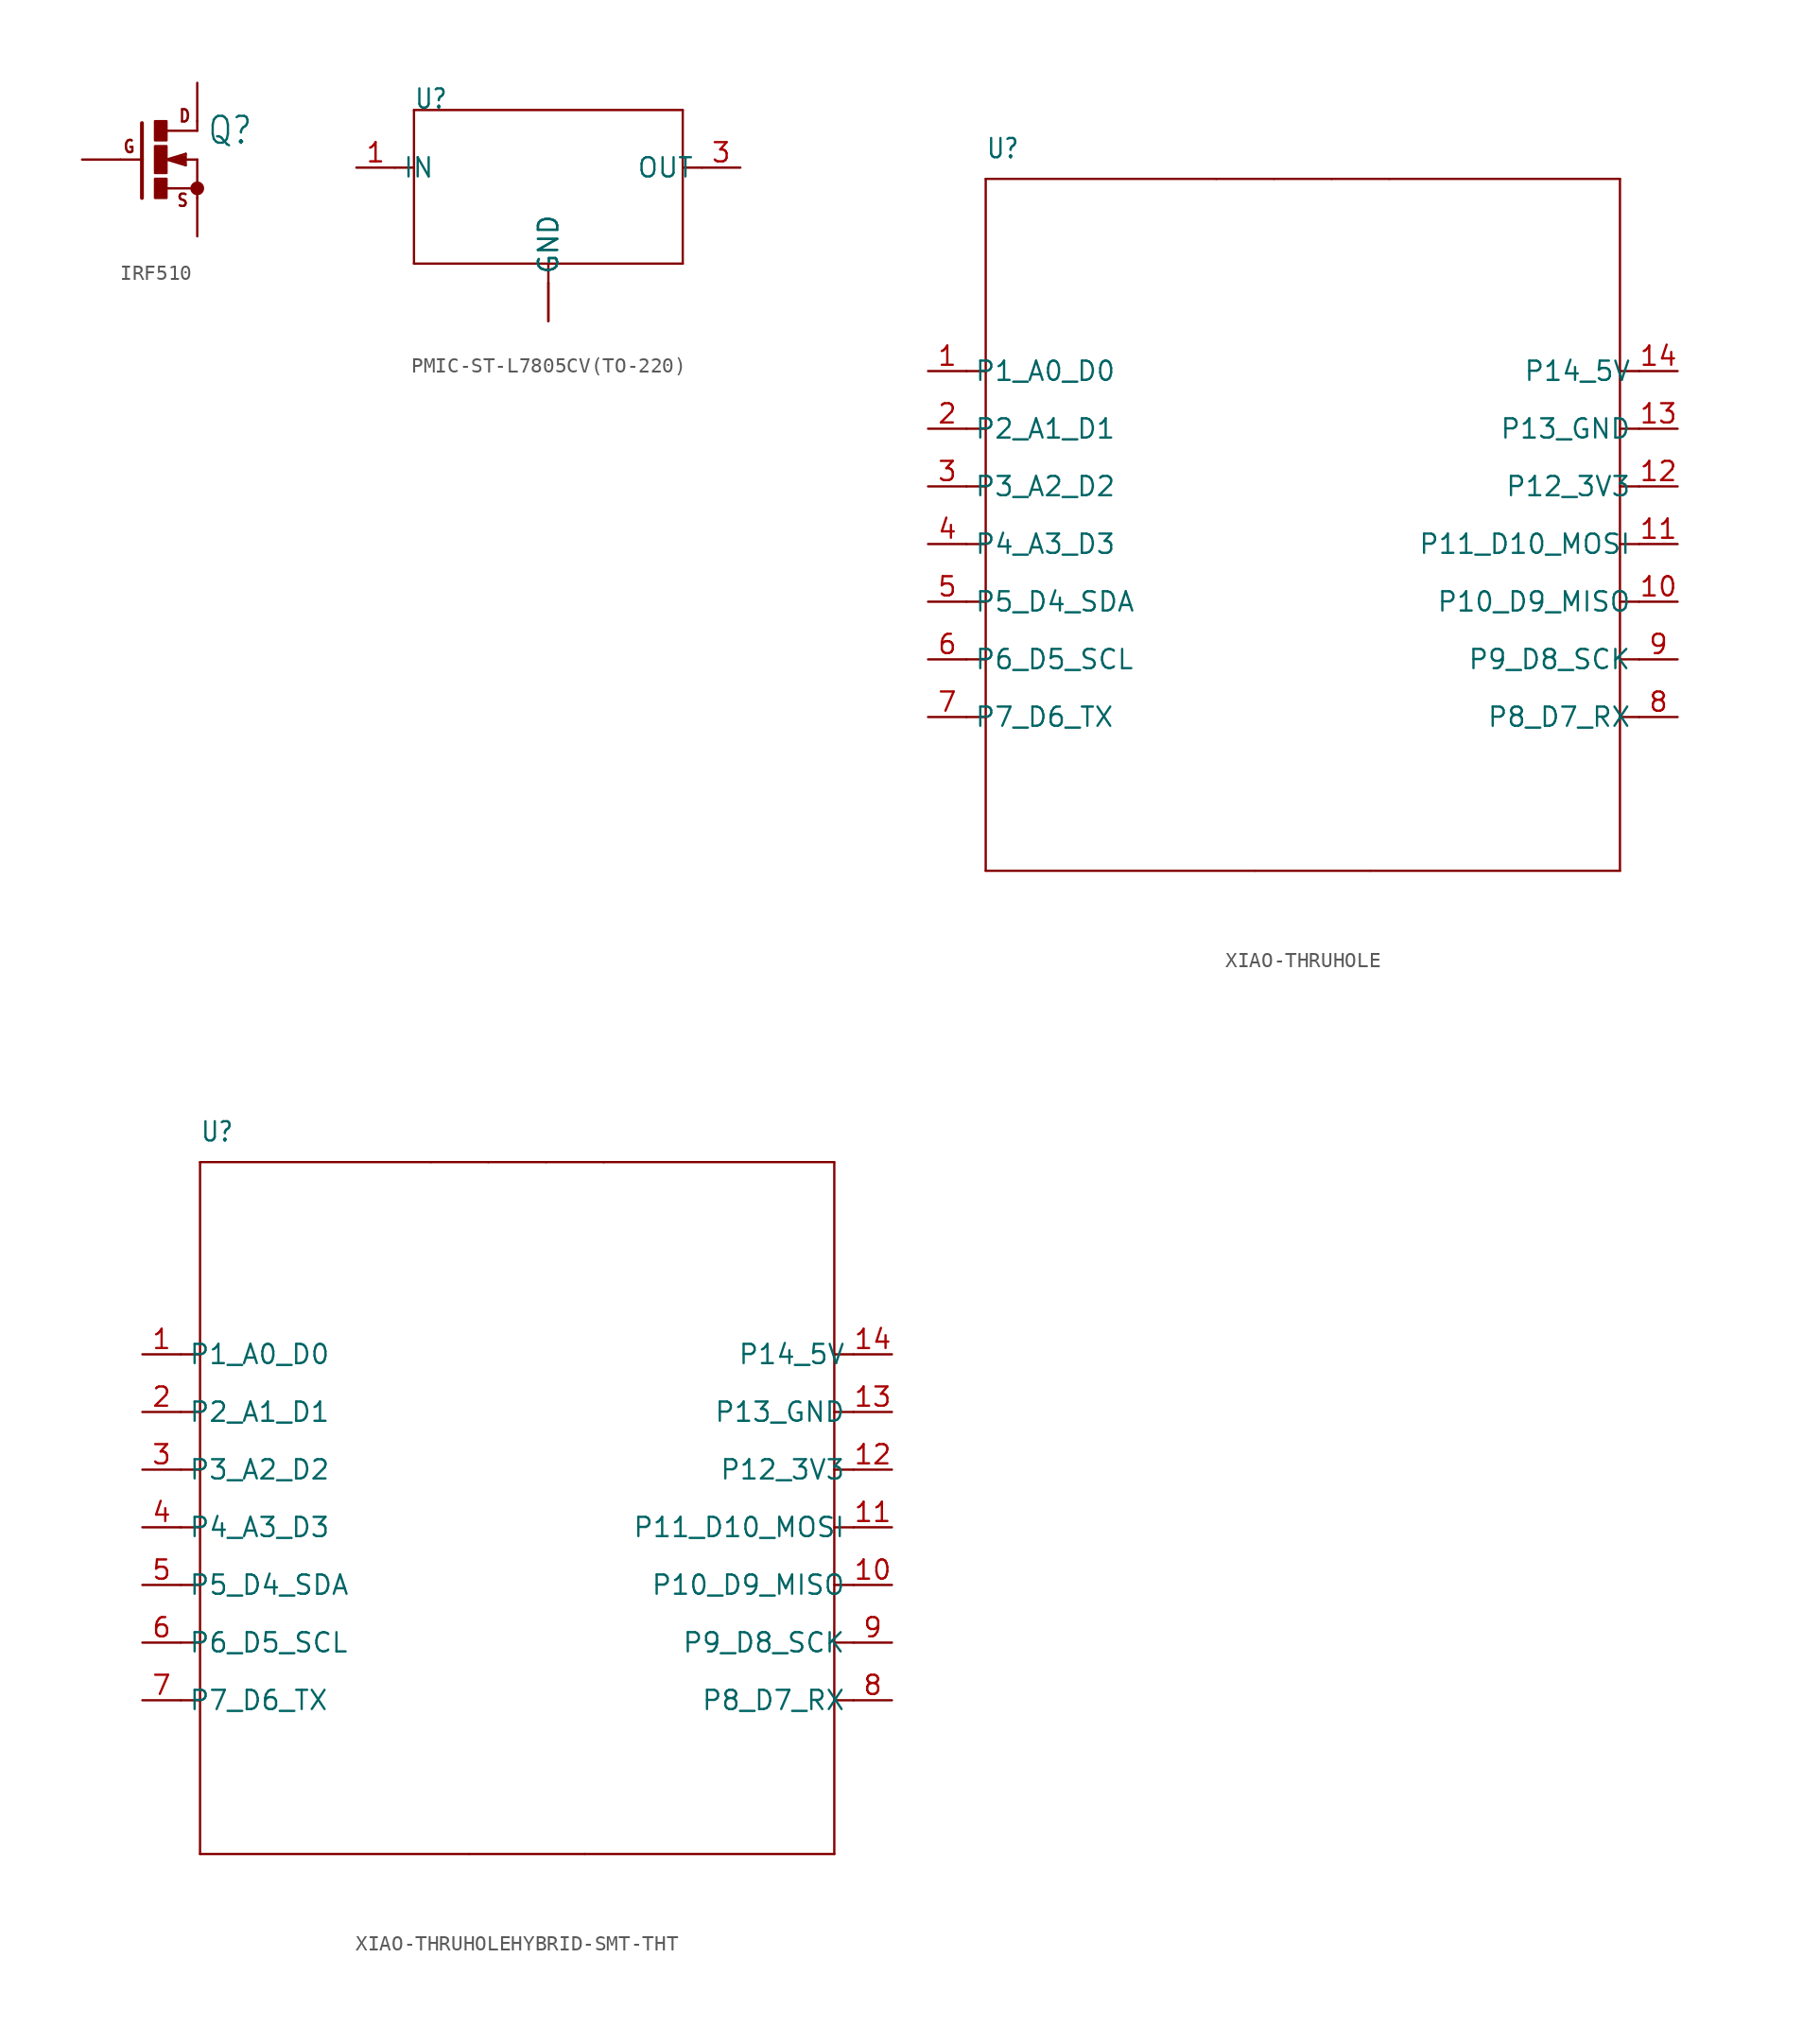
<source format=kicad_sym>
(kicad_symbol_lib
  (version 20220914)
  (generator kicad_symbol_editor)
  (symbol "IRF510"
    (property "Reference" "Q"
      (at 3.175 0.889 0)
      (effects (font (size 1.778 1.511)) (justify left bottom)))
    (property "Value" ""
      (at 3.429 -1.778 0)
      (effects (font (size 1.778 1.511)) (justify left bottom)))
    (property "ki_locked" ""
      (at 0 0 0)
      (effects (font (size 1.27 1.27))))
    (symbol "IRF510_1_0"
      (rectangle (start -0.254 -2.54) (end 0.508 -1.27) (stroke (width 0) (type default)) (fill (type outline)))
      (rectangle (start -0.254 -0.889) (end 0.508 0.889) (stroke (width 0) (type default)) (fill (type outline)))
      (rectangle (start -0.254 1.27) (end 0.508 2.54) (stroke (width 0) (type default)) (fill (type outline)))
      (polyline (pts (xy -1.118 0) (xy -2.54 0)) (stroke (width 0.152) (type solid)) (fill (type none)))
      (polyline (pts (xy -1.118 0) (xy -1.118 -2.54)) (stroke (width 0.254) (type solid)) (fill (type none)))
      (polyline (pts (xy -1.118 2.413) (xy -1.118 0)) (stroke (width 0.254) (type solid)) (fill (type none)))
      (polyline (pts (xy 0.508 -1.905) (xy 2.54 -1.905)) (stroke (width 0.152) (type solid)) (fill (type none)))
      (polyline (pts (xy 0.508 0) (xy 1.143 0)) (stroke (width 0.152) (type solid)) (fill (type none)))
      (polyline (pts (xy 0.508 0) (xy 1.778 0.381)) (stroke (width 0.152) (type solid)) (fill (type none)))
      (polyline (pts (xy 1.143 0) (xy 1.651 -0.127)) (stroke (width 0.305) (type solid)) (fill (type none)))
      (polyline (pts (xy 1.143 0) (xy 2.54 0)) (stroke (width 0.152) (type solid)) (fill (type none)))
      (polyline (pts (xy 1.651 0.127) (xy 1.143 0)) (stroke (width 0.305) (type solid)) (fill (type none)))
      (polyline (pts (xy 1.778 -0.381) (xy 0.508 0)) (stroke (width 0.152) (type solid)) (fill (type none)))
      (polyline (pts (xy 1.778 0.381) (xy 1.778 -0.381)) (stroke (width 0.152) (type solid)) (fill (type none)))
      (polyline (pts (xy 2.54 -1.905) (xy 2.54 -2.54)) (stroke (width 0.152) (type solid)) (fill (type none)))
      (polyline (pts (xy 2.54 0) (xy 2.54 -1.905)) (stroke (width 0.152) (type solid)) (fill (type none)))
      (polyline (pts (xy 2.54 1.905) (xy 0.533 1.905)) (stroke (width 0.152) (type solid)) (fill (type none)))
      (polyline (pts (xy 2.54 2.54) (xy 2.54 1.905)) (stroke (width 0.152) (type solid)) (fill (type none)))
      (circle (center 2.54 -1.905) (radius 0.254) (stroke (width 0.406) (type solid)) (fill (type none)))
      (text "D" (at 1.27 2.413 0) (effects (font (size 0.813 0.691)) (justify left bottom)))
      (text "G" (at -2.413 0.381 0) (effects (font (size 0.813 0.691)) (justify left bottom)))
      (text "S" (at 1.143 -3.175 0) (effects (font (size 0.813 0.691)) (justify left bottom)))
      (pin passive line (at 2.54 -5.08 90) (length 2.54) (name "S" (effects (font (size 0 0)))) (number "1" (effects (font (size 0 0)))))
      (pin passive line (at 2.54 5.08 270) (length 2.54) (name "D" (effects (font (size 0 0)))) (number "2" (effects (font (size 0 0)))))
      (pin passive line (at -5.08 0 0) (length 2.54) (name "G" (effects (font (size 0 0)))) (number "3" (effects (font (size 0 0)))))))
  (symbol "PMIC-ST-L7805CV(TO-220)"
    (property "Reference" "U"
      (at -8.89 6.35 0)
      (effects (font (size 1.27 1.079)) (justify left bottom)))
    (property "Value" ""
      (at 2.54 6.35 0)
      (effects (font (size 1.27 1.079)) (justify left bottom)))
    (property "ki_locked" ""
      (at 0 0 0)
      (effects (font (size 1.27 1.27))))
    (symbol "PMIC-ST-L7805CV(TO-220)_1_0"
      (polyline (pts (xy -10.16 2.54) (xy -8.89 2.54)) (stroke (width 0.152) (type solid)) (fill (type none)))
      (polyline (pts (xy -8.89 -3.81) (xy -8.89 2.54)) (stroke (width 0.152) (type solid)) (fill (type none)))
      (polyline (pts (xy -8.89 2.54) (xy -8.89 6.35)) (stroke (width 0.152) (type solid)) (fill (type none)))
      (polyline (pts (xy -8.89 6.35) (xy 8.89 6.35)) (stroke (width 0.152) (type solid)) (fill (type none)))
      (polyline (pts (xy 0 -5.08) (xy 0 -3.81)) (stroke (width 0.152) (type solid)) (fill (type none)))
      (polyline (pts (xy 0 -3.81) (xy -8.89 -3.81)) (stroke (width 0.152) (type solid)) (fill (type none)))
      (polyline (pts (xy 8.89 -3.81) (xy 0 -3.81)) (stroke (width 0.152) (type solid)) (fill (type none)))
      (polyline (pts (xy 8.89 2.54) (xy 8.89 -3.81)) (stroke (width 0.152) (type solid)) (fill (type none)))
      (polyline (pts (xy 8.89 6.35) (xy 8.89 2.54)) (stroke (width 0.152) (type solid)) (fill (type none)))
      (polyline (pts (xy 10.16 2.54) (xy 8.89 2.54)) (stroke (width 0.152) (type solid)) (fill (type none)))
      (pin bidirectional line (at -12.7 2.54 0) (length 2.54) (name "IN" (effects (font (size 1.27 1.27)))) (number "1" (effects (font (size 1.27 1.27)))))
      (pin bidirectional line (at 0 -7.62 90) (length 2.54) (name "GND" (effects (font (size 1.27 1.27)))) (number "2" (effects (font (size 0 0)))))
      (pin bidirectional line (at 12.7 2.54 180) (length 2.54) (name "OUT" (effects (font (size 1.27 1.27)))) (number "3" (effects (font (size 1.27 1.27)))))
      (pin bidirectional line (at 0 -7.62 90) (length 2.54) (name "GND" (effects (font (size 1.27 1.27)))) (number "HEAT" (effects (font (size 0 0)))))))
  (symbol "XIAO-THRUHOLE"
    (property "Reference" "U"
      (at -20.32 24.13 0)
      (effects (font (size 1.27 1.079)) (justify left bottom)))
    (property "Value" ""
      (at -20.32 22.86 0)
      (effects (font (size 1.27 1.079)) (justify left bottom)))
    (property "ki_locked" ""
      (at 0 0 0)
      (effects (font (size 1.27 1.27))))
    (symbol "XIAO-THRUHOLE_1_0"
      (polyline (pts (xy -20.32 -22.86) (xy -2.54 -22.86)) (stroke (width 0.152) (type solid)) (fill (type none)))
      (polyline (pts (xy -20.32 -12.7) (xy -21.59 -12.7)) (stroke (width 0.152) (type solid)) (fill (type none)))
      (polyline (pts (xy -20.32 -12.7) (xy -20.32 -22.86)) (stroke (width 0.152) (type solid)) (fill (type none)))
      (polyline (pts (xy -20.32 -8.89) (xy -21.59 -8.89)) (stroke (width 0.152) (type solid)) (fill (type none)))
      (polyline (pts (xy -20.32 -5.08) (xy -21.59 -5.08)) (stroke (width 0.152) (type solid)) (fill (type none)))
      (polyline (pts (xy -20.32 -1.27) (xy -21.59 -1.27)) (stroke (width 0.152) (type solid)) (fill (type none)))
      (polyline (pts (xy -20.32 2.54) (xy -21.59 2.54)) (stroke (width 0.152) (type solid)) (fill (type none)))
      (polyline (pts (xy -20.32 2.54) (xy -20.32 -12.7)) (stroke (width 0.152) (type solid)) (fill (type none)))
      (polyline (pts (xy -20.32 6.35) (xy -21.59 6.35)) (stroke (width 0.152) (type solid)) (fill (type none)))
      (polyline (pts (xy -20.32 6.35) (xy -20.32 2.54)) (stroke (width 0.152) (type solid)) (fill (type none)))
      (polyline (pts (xy -20.32 10.16) (xy -21.59 10.16)) (stroke (width 0.152) (type solid)) (fill (type none)))
      (polyline (pts (xy -20.32 10.16) (xy -20.32 6.35)) (stroke (width 0.152) (type solid)) (fill (type none)))
      (polyline (pts (xy -20.32 22.86) (xy -20.32 10.16)) (stroke (width 0.152) (type solid)) (fill (type none)))
      (polyline (pts (xy -5.08 22.86) (xy -20.32 22.86)) (stroke (width 0.152) (type solid)) (fill (type none)))
      (polyline (pts (xy -2.54 -22.86) (xy 5.08 -22.86)) (stroke (width 0.152) (type solid)) (fill (type none)))
      (polyline (pts (xy -1.27 22.86) (xy -5.08 22.86)) (stroke (width 0.152) (type solid)) (fill (type none)))
      (polyline (pts (xy 2.54 22.86) (xy -1.27 22.86)) (stroke (width 0.152) (type solid)) (fill (type none)))
      (polyline (pts (xy 5.08 -22.86) (xy 21.59 -22.86)) (stroke (width 0.152) (type solid)) (fill (type none)))
      (polyline (pts (xy 6.35 22.86) (xy 2.54 22.86)) (stroke (width 0.152) (type solid)) (fill (type none)))
      (polyline (pts (xy 21.59 -22.86) (xy 21.59 22.86)) (stroke (width 0.152) (type solid)) (fill (type none)))
      (polyline (pts (xy 21.59 22.86) (xy 6.35 22.86)) (stroke (width 0.152) (type solid)) (fill (type none)))
      (polyline (pts (xy 22.86 -12.7) (xy 21.59 -12.7)) (stroke (width 0.152) (type solid)) (fill (type none)))
      (polyline (pts (xy 22.86 -8.89) (xy 21.59 -8.89)) (stroke (width 0.152) (type solid)) (fill (type none)))
      (polyline (pts (xy 22.86 -5.08) (xy 21.59 -5.08)) (stroke (width 0.152) (type solid)) (fill (type none)))
      (polyline (pts (xy 22.86 -1.27) (xy 21.59 -1.27)) (stroke (width 0.152) (type solid)) (fill (type none)))
      (polyline (pts (xy 22.86 2.54) (xy 21.59 2.54)) (stroke (width 0.152) (type solid)) (fill (type none)))
      (polyline (pts (xy 22.86 6.35) (xy 21.59 6.35)) (stroke (width 0.152) (type solid)) (fill (type none)))
      (polyline (pts (xy 22.86 10.16) (xy 21.59 10.16)) (stroke (width 0.152) (type solid)) (fill (type none)))
      (pin bidirectional line (at -24.13 10.16 0) (length 2.54) (name "P1_A0_D0" (effects (font (size 1.27 1.27)))) (number "1" (effects (font (size 1.27 1.27)))))
      (pin bidirectional line (at 25.4 -5.08 180) (length 2.54) (name "P10_D9_MISO" (effects (font (size 1.27 1.27)))) (number "10" (effects (font (size 1.27 1.27)))))
      (pin bidirectional line (at 25.4 -1.27 180) (length 2.54) (name "P11_D10_MOSI" (effects (font (size 1.27 1.27)))) (number "11" (effects (font (size 1.27 1.27)))))
      (pin bidirectional line (at 25.4 2.54 180) (length 2.54) (name "P12_3V3" (effects (font (size 1.27 1.27)))) (number "12" (effects (font (size 1.27 1.27)))))
      (pin bidirectional line (at 25.4 6.35 180) (length 2.54) (name "P13_GND" (effects (font (size 1.27 1.27)))) (number "13" (effects (font (size 1.27 1.27)))))
      (pin bidirectional line (at 25.4 10.16 180) (length 2.54) (name "P14_5V" (effects (font (size 1.27 1.27)))) (number "14" (effects (font (size 1.27 1.27)))))
      (pin bidirectional line (at -24.13 6.35 0) (length 2.54) (name "P2_A1_D1" (effects (font (size 1.27 1.27)))) (number "2" (effects (font (size 1.27 1.27)))))
      (pin bidirectional line (at -24.13 2.54 0) (length 2.54) (name "P3_A2_D2" (effects (font (size 1.27 1.27)))) (number "3" (effects (font (size 1.27 1.27)))))
      (pin bidirectional line (at -24.13 -1.27 0) (length 2.54) (name "P4_A3_D3" (effects (font (size 1.27 1.27)))) (number "4" (effects (font (size 1.27 1.27)))))
      (pin bidirectional line (at -24.13 -5.08 0) (length 2.54) (name "P5_D4_SDA" (effects (font (size 1.27 1.27)))) (number "5" (effects (font (size 1.27 1.27)))))
      (pin bidirectional line (at -24.13 -8.89 0) (length 2.54) (name "P6_D5_SCL" (effects (font (size 1.27 1.27)))) (number "6" (effects (font (size 1.27 1.27)))))
      (pin bidirectional line (at -24.13 -12.7 0) (length 2.54) (name "P7_D6_TX" (effects (font (size 1.27 1.27)))) (number "7" (effects (font (size 1.27 1.27)))))
      (pin bidirectional line (at 25.4 -12.7 180) (length 2.54) (name "P8_D7_RX" (effects (font (size 1.27 1.27)))) (number "8" (effects (font (size 1.27 1.27)))))
      (pin bidirectional line (at 25.4 -8.89 180) (length 2.54) (name "P9_D8_SCK" (effects (font (size 1.27 1.27)))) (number "9" (effects (font (size 1.27 1.27)))))))
  (symbol "XIAO-THRUHOLEHYBRID-SMT-THT"
    (property "Reference" "U"
      (at -20.32 24.13 0)
      (effects (font (size 1.27 1.079)) (justify left bottom)))
    (property "Value" ""
      (at -20.32 22.86 0)
      (effects (font (size 1.27 1.079)) (justify left bottom)))
    (property "ki_locked" ""
      (at 0 0 0)
      (effects (font (size 1.27 1.27))))
    (symbol "XIAO-THRUHOLEHYBRID-SMT-THT_1_0"
      (polyline (pts (xy -20.32 -22.86) (xy -2.54 -22.86)) (stroke (width 0.152) (type solid)) (fill (type none)))
      (polyline (pts (xy -20.32 -12.7) (xy -21.59 -12.7)) (stroke (width 0.152) (type solid)) (fill (type none)))
      (polyline (pts (xy -20.32 -12.7) (xy -20.32 -22.86)) (stroke (width 0.152) (type solid)) (fill (type none)))
      (polyline (pts (xy -20.32 -8.89) (xy -21.59 -8.89)) (stroke (width 0.152) (type solid)) (fill (type none)))
      (polyline (pts (xy -20.32 -5.08) (xy -21.59 -5.08)) (stroke (width 0.152) (type solid)) (fill (type none)))
      (polyline (pts (xy -20.32 -1.27) (xy -21.59 -1.27)) (stroke (width 0.152) (type solid)) (fill (type none)))
      (polyline (pts (xy -20.32 2.54) (xy -21.59 2.54)) (stroke (width 0.152) (type solid)) (fill (type none)))
      (polyline (pts (xy -20.32 2.54) (xy -20.32 -12.7)) (stroke (width 0.152) (type solid)) (fill (type none)))
      (polyline (pts (xy -20.32 6.35) (xy -21.59 6.35)) (stroke (width 0.152) (type solid)) (fill (type none)))
      (polyline (pts (xy -20.32 6.35) (xy -20.32 2.54)) (stroke (width 0.152) (type solid)) (fill (type none)))
      (polyline (pts (xy -20.32 10.16) (xy -21.59 10.16)) (stroke (width 0.152) (type solid)) (fill (type none)))
      (polyline (pts (xy -20.32 10.16) (xy -20.32 6.35)) (stroke (width 0.152) (type solid)) (fill (type none)))
      (polyline (pts (xy -20.32 22.86) (xy -20.32 10.16)) (stroke (width 0.152) (type solid)) (fill (type none)))
      (polyline (pts (xy -5.08 22.86) (xy -20.32 22.86)) (stroke (width 0.152) (type solid)) (fill (type none)))
      (polyline (pts (xy -2.54 -22.86) (xy 5.08 -22.86)) (stroke (width 0.152) (type solid)) (fill (type none)))
      (polyline (pts (xy -1.27 22.86) (xy -5.08 22.86)) (stroke (width 0.152) (type solid)) (fill (type none)))
      (polyline (pts (xy 2.54 22.86) (xy -1.27 22.86)) (stroke (width 0.152) (type solid)) (fill (type none)))
      (polyline (pts (xy 5.08 -22.86) (xy 21.59 -22.86)) (stroke (width 0.152) (type solid)) (fill (type none)))
      (polyline (pts (xy 6.35 22.86) (xy 2.54 22.86)) (stroke (width 0.152) (type solid)) (fill (type none)))
      (polyline (pts (xy 21.59 -22.86) (xy 21.59 22.86)) (stroke (width 0.152) (type solid)) (fill (type none)))
      (polyline (pts (xy 21.59 22.86) (xy 6.35 22.86)) (stroke (width 0.152) (type solid)) (fill (type none)))
      (polyline (pts (xy 22.86 -12.7) (xy 21.59 -12.7)) (stroke (width 0.152) (type solid)) (fill (type none)))
      (polyline (pts (xy 22.86 -8.89) (xy 21.59 -8.89)) (stroke (width 0.152) (type solid)) (fill (type none)))
      (polyline (pts (xy 22.86 -5.08) (xy 21.59 -5.08)) (stroke (width 0.152) (type solid)) (fill (type none)))
      (polyline (pts (xy 22.86 -1.27) (xy 21.59 -1.27)) (stroke (width 0.152) (type solid)) (fill (type none)))
      (polyline (pts (xy 22.86 2.54) (xy 21.59 2.54)) (stroke (width 0.152) (type solid)) (fill (type none)))
      (polyline (pts (xy 22.86 6.35) (xy 21.59 6.35)) (stroke (width 0.152) (type solid)) (fill (type none)))
      (polyline (pts (xy 22.86 10.16) (xy 21.59 10.16)) (stroke (width 0.152) (type solid)) (fill (type none)))
      (pin bidirectional line (at -24.13 10.16 0) (length 2.54) (name "P1_A0_D0" (effects (font (size 1.27 1.27)))) (number "1" (effects (font (size 1.27 1.27)))))
      (pin bidirectional line (at 25.4 -5.08 180) (length 2.54) (name "P10_D9_MISO" (effects (font (size 1.27 1.27)))) (number "10" (effects (font (size 1.27 1.27)))))
      (pin bidirectional line (at 25.4 -1.27 180) (length 2.54) (name "P11_D10_MOSI" (effects (font (size 1.27 1.27)))) (number "11" (effects (font (size 1.27 1.27)))))
      (pin bidirectional line (at 25.4 2.54 180) (length 2.54) (name "P12_3V3" (effects (font (size 1.27 1.27)))) (number "12" (effects (font (size 1.27 1.27)))))
      (pin bidirectional line (at 25.4 6.35 180) (length 2.54) (name "P13_GND" (effects (font (size 1.27 1.27)))) (number "13" (effects (font (size 1.27 1.27)))))
      (pin bidirectional line (at 25.4 10.16 180) (length 2.54) (name "P14_5V" (effects (font (size 1.27 1.27)))) (number "14" (effects (font (size 1.27 1.27)))))
      (pin bidirectional line (at -24.13 6.35 0) (length 2.54) (name "P2_A1_D1" (effects (font (size 1.27 1.27)))) (number "2" (effects (font (size 1.27 1.27)))))
      (pin bidirectional line (at -24.13 2.54 0) (length 2.54) (name "P3_A2_D2" (effects (font (size 1.27 1.27)))) (number "3" (effects (font (size 1.27 1.27)))))
      (pin bidirectional line (at -24.13 -1.27 0) (length 2.54) (name "P4_A3_D3" (effects (font (size 1.27 1.27)))) (number "4" (effects (font (size 1.27 1.27)))))
      (pin bidirectional line (at -24.13 -5.08 0) (length 2.54) (name "P5_D4_SDA" (effects (font (size 1.27 1.27)))) (number "5" (effects (font (size 1.27 1.27)))))
      (pin bidirectional line (at -24.13 -8.89 0) (length 2.54) (name "P6_D5_SCL" (effects (font (size 1.27 1.27)))) (number "6" (effects (font (size 1.27 1.27)))))
      (pin bidirectional line (at -24.13 -12.7 0) (length 2.54) (name "P7_D6_TX" (effects (font (size 1.27 1.27)))) (number "7" (effects (font (size 1.27 1.27)))))
      (pin bidirectional line (at 25.4 -12.7 180) (length 2.54) (name "P8_D7_RX" (effects (font (size 1.27 1.27)))) (number "8" (effects (font (size 1.27 1.27)))))
      (pin bidirectional line (at 25.4 -8.89 180) (length 2.54) (name "P9_D8_SCK" (effects (font (size 1.27 1.27)))) (number "9" (effects (font (size 1.27 1.27))))))))
</source>
